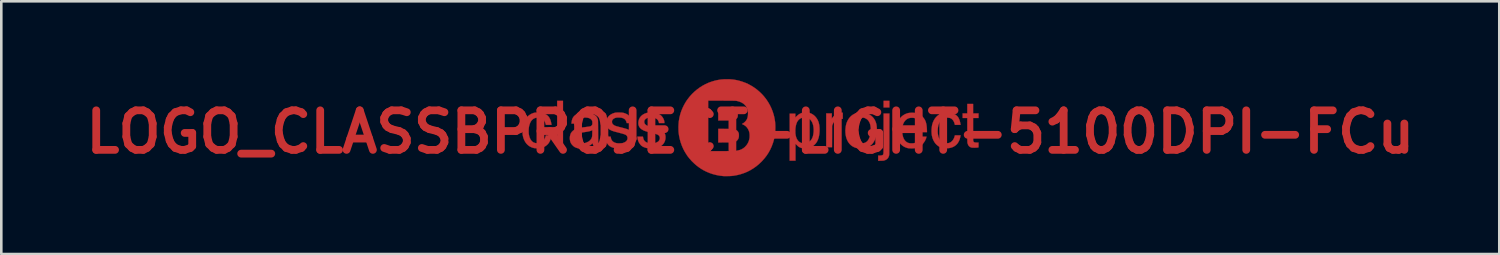
<source format=kicad_pcb>
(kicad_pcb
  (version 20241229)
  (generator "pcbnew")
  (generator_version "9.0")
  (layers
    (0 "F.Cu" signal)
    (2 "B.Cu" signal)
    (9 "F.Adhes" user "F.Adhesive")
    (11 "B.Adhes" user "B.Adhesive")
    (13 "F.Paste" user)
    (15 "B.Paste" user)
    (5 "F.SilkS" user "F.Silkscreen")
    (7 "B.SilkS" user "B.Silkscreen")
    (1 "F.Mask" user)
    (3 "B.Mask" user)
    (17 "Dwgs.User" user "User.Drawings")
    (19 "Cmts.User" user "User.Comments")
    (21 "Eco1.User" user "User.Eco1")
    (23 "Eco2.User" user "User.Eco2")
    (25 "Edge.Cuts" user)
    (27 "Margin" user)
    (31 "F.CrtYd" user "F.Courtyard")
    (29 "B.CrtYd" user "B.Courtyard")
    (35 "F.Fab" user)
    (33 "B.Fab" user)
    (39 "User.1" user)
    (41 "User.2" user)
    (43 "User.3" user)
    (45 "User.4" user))
  (footprint "LOGO_CLASSBPROJECT-LIGHT-5100DPI-FCu"
    (layer "F.Cu")
    (at 25.879 2.039)
    (property "Reference" "LOGO_CLASSBPROJECT-LIGHT-5100DPI-FCu" (at 0 0 0) (layer "F.Cu") (effects (font (size 1.524 1.524) (thickness 0.3))))
    (attr through_hole)
    (fp_poly (pts (xy -7.222 0.588) (xy -7.446 0.588) (xy -7.446 -1.2) (xy -7.222 -1.2) (xy -7.222 0.588)) (stroke (width 0.01) (type solid)) (fill yes) (layer "F.Cu"))
    (fp_poly (pts (xy 5.364 -0.946) (xy 5.14 -0.946) (xy 5.14 -1.2) (xy 5.364 -1.2) (xy 5.364 -0.946)) (stroke (width 0.01) (type solid)) (fill yes) (layer "F.Cu"))
    (fp_poly (pts (xy 3.566 -0.508) (xy 3.5 -0.508) (xy 3.442 -0.505) (xy 3.392 -0.497) (xy 3.348 -0.483) (xy 3.309 -0.463) (xy 3.273 -0.435) (xy 3.254 -0.416) (xy 3.224 -0.382) (xy 3.201 -0.348) (xy 3.182 -0.31) (xy 3.171 -0.28) (xy 3.155 -0.237) (xy 3.154 0.176) (xy 3.152 0.588) (xy 2.928 0.588) (xy 2.928 -0.717) (xy 3.143 -0.717) (xy 3.143 -0.511) (xy 3.157 -0.534) (xy 3.174 -0.558) (xy 3.197 -0.585) (xy 3.223 -0.614) (xy 3.25 -0.641) (xy 3.276 -0.664) (xy 3.279 -0.666) (xy 3.318 -0.695) (xy 3.357 -0.716) (xy 3.397 -0.73) (xy 3.44 -0.739) (xy 3.49 -0.742) (xy 3.503 -0.742) (xy 3.566 -0.742) (xy 3.566 -0.508)) (stroke (width 0.01) (type solid)) (fill yes) (layer "F.Cu"))
    (fp_poly (pts (xy -0.982 -0.119) (xy -0.913 -0.119) (xy -0.854 -0.119) (xy -0.802 -0.118) (xy -0.758 -0.117) (xy -0.72 -0.116) (xy -0.688 -0.114) (xy -0.661 -0.111) (xy -0.637 -0.108) (xy -0.617 -0.104) (xy -0.599 -0.099) (xy -0.582 -0.093) (xy -0.566 -0.087) (xy -0.554 -0.081) (xy -0.516 -0.057) (xy -0.484 -0.027) (xy -0.461 0.01) (xy -0.445 0.052) (xy -0.441 0.073) (xy -0.439 0.101) (xy -0.439 0.132) (xy -0.439 0.163) (xy -0.442 0.191) (xy -0.444 0.202) (xy -0.456 0.246) (xy -0.477 0.287) (xy -0.505 0.323) (xy -0.54 0.352) (xy -0.569 0.369) (xy -0.583 0.375) (xy -0.596 0.38) (xy -0.608 0.385) (xy -0.621 0.389) (xy -0.636 0.392) (xy -0.654 0.394) (xy -0.675 0.396) (xy -0.7 0.398) (xy -0.731 0.399) (xy -0.767 0.4) (xy -0.81 0.401) (xy -0.862 0.401) (xy -0.921 0.402) (xy -0.953 0.402) (xy -1.235 0.404) (xy -1.235 -0.12) (xy -0.982 -0.119)) (stroke (width 0.01) (type solid)) (fill yes) (layer "F.Cu"))
    (fp_poly (pts (xy -0.967 -0.875) (xy -0.905 -0.875) (xy -0.852 -0.874) (xy -0.807 -0.873) (xy -0.77 -0.872) (xy -0.738 -0.871) (xy -0.711 -0.87) (xy -0.688 -0.868) (xy -0.669 -0.866) (xy -0.652 -0.863) (xy -0.636 -0.86) (xy -0.62 -0.856) (xy -0.604 -0.852) (xy -0.596 -0.85) (xy -0.562 -0.835) (xy -0.531 -0.811) (xy -0.509 -0.785) (xy -0.498 -0.766) (xy -0.49 -0.747) (xy -0.484 -0.726) (xy -0.482 -0.7) (xy -0.481 -0.668) (xy -0.481 -0.66) (xy -0.481 -0.632) (xy -0.483 -0.611) (xy -0.485 -0.595) (xy -0.489 -0.581) (xy -0.492 -0.572) (xy -0.511 -0.537) (xy -0.537 -0.508) (xy -0.571 -0.485) (xy -0.58 -0.48) (xy -0.595 -0.474) (xy -0.608 -0.468) (xy -0.621 -0.463) (xy -0.634 -0.459) (xy -0.649 -0.455) (xy -0.667 -0.453) (xy -0.687 -0.45) (xy -0.712 -0.449) (xy -0.742 -0.447) (xy -0.778 -0.447) (xy -0.821 -0.446) (xy -0.871 -0.445) (xy -0.931 -0.445) (xy -0.96 -0.445) (xy -1.235 -0.443) (xy -1.235 -0.877) (xy -0.967 -0.875)) (stroke (width 0.01) (type solid)) (fill yes) (layer "F.Cu"))
    (fp_poly (pts (xy 5.362 0.078) (xy 5.362 0.183) (xy 5.362 0.278) (xy 5.362 0.364) (xy 5.362 0.441) (xy 5.361 0.51) (xy 5.361 0.572) (xy 5.361 0.627) (xy 5.36 0.675) (xy 5.36 0.717) (xy 5.36 0.753) (xy 5.359 0.784) (xy 5.359 0.81) (xy 5.358 0.831) (xy 5.358 0.85) (xy 5.357 0.864) (xy 5.356 0.876) (xy 5.355 0.885) (xy 5.354 0.893) (xy 5.353 0.899) (xy 5.352 0.904) (xy 5.336 0.954) (xy 5.313 0.997) (xy 5.283 1.033) (xy 5.247 1.062) (xy 5.202 1.085) (xy 5.162 1.098) (xy 5.147 1.102) (xy 5.127 1.105) (xy 5.101 1.107) (xy 5.068 1.108) (xy 5.031 1.109) (xy 4.931 1.112) (xy 4.931 0.911) (xy 4.962 0.911) (xy 4.99 0.91) (xy 5.02 0.908) (xy 5.049 0.904) (xy 5.074 0.899) (xy 5.093 0.894) (xy 5.095 0.893) (xy 5.109 0.885) (xy 5.12 0.872) (xy 5.128 0.853) (xy 5.133 0.826) (xy 5.135 0.819) (xy 5.135 0.809) (xy 5.136 0.789) (xy 5.137 0.76) (xy 5.137 0.722) (xy 5.138 0.675) (xy 5.138 0.619) (xy 5.139 0.555) (xy 5.139 0.482) (xy 5.139 0.402) (xy 5.139 0.315) (xy 5.14 0.22) (xy 5.14 0.118) (xy 5.14 0.036) (xy 5.14 -0.712) (xy 5.364 -0.712) (xy 5.362 0.078)) (stroke (width 0.01) (type solid)) (fill yes) (layer "F.Cu"))
    (fp_poly (pts (xy 8.591 -0.717) (xy 8.8 -0.717) (xy 8.8 -0.538) (xy 8.591 -0.538) (xy 8.591 -0.101) (xy 8.591 -0.025) (xy 8.591 0.042) (xy 8.591 0.1) (xy 8.592 0.151) (xy 8.592 0.193) (xy 8.592 0.229) (xy 8.592 0.259) (xy 8.593 0.284) (xy 8.593 0.303) (xy 8.594 0.318) (xy 8.595 0.33) (xy 8.596 0.339) (xy 8.597 0.346) (xy 8.599 0.351) (xy 8.6 0.355) (xy 8.601 0.356) (xy 8.61 0.374) (xy 8.622 0.388) (xy 8.638 0.397) (xy 8.658 0.403) (xy 8.685 0.407) (xy 8.72 0.408) (xy 8.733 0.408) (xy 8.8 0.408) (xy 8.8 0.591) (xy 8.772 0.598) (xy 8.753 0.601) (xy 8.726 0.603) (xy 8.695 0.605) (xy 8.661 0.606) (xy 8.627 0.606) (xy 8.594 0.605) (xy 8.565 0.604) (xy 8.542 0.602) (xy 8.53 0.6) (xy 8.488 0.585) (xy 8.453 0.564) (xy 8.424 0.535) (xy 8.401 0.499) (xy 8.383 0.454) (xy 8.375 0.425) (xy 8.374 0.418) (xy 8.373 0.409) (xy 8.371 0.399) (xy 8.371 0.386) (xy 8.37 0.37) (xy 8.369 0.349) (xy 8.369 0.324) (xy 8.368 0.294) (xy 8.368 0.258) (xy 8.367 0.216) (xy 8.367 0.167) (xy 8.367 0.11) (xy 8.367 0.044) (xy 8.367 -0.03) (xy 8.367 -0.074) (xy 8.367 -0.538) (xy 8.188 -0.538) (xy 8.188 -0.717) (xy 8.367 -0.717) (xy 8.367 -1.081) (xy 8.591 -1.081) (xy 8.591 -0.717)) (stroke (width 0.01) (type solid)) (fill yes) (layer "F.Cu"))
    (fp_poly (pts (xy -8.131 -0.751) (xy -8.098 -0.749) (xy -8.083 -0.747) (xy -8.012 -0.733) (xy -7.947 -0.712) (xy -7.888 -0.684) (xy -7.836 -0.649) (xy -7.792 -0.609) (xy -7.776 -0.59) (xy -7.745 -0.546) (xy -7.719 -0.494) (xy -7.698 -0.436) (xy -7.681 -0.369) (xy -7.668 -0.295) (xy -7.665 -0.274) (xy -7.882 -0.274) (xy -7.894 -0.317) (xy -7.91 -0.366) (xy -7.931 -0.411) (xy -7.956 -0.452) (xy -7.98 -0.48) (xy -8.011 -0.507) (xy -8.044 -0.527) (xy -8.082 -0.541) (xy -8.125 -0.549) (xy -8.176 -0.553) (xy -8.188 -0.553) (xy -8.221 -0.552) (xy -8.251 -0.549) (xy -8.274 -0.546) (xy -8.275 -0.545) (xy -8.326 -0.527) (xy -8.372 -0.501) (xy -8.413 -0.466) (xy -8.449 -0.423) (xy -8.479 -0.371) (xy -8.504 -0.31) (xy -8.524 -0.241) (xy -8.534 -0.196) (xy -8.539 -0.16) (xy -8.543 -0.118) (xy -8.545 -0.072) (xy -8.545 -0.025) (xy -8.544 0.021) (xy -8.542 0.061) (xy -8.539 0.085) (xy -8.526 0.151) (xy -8.508 0.211) (xy -8.484 0.266) (xy -8.455 0.314) (xy -8.422 0.354) (xy -8.391 0.381) (xy -8.359 0.402) (xy -8.324 0.416) (xy -8.299 0.423) (xy -8.266 0.43) (xy -8.227 0.433) (xy -8.186 0.433) (xy -8.149 0.43) (xy -8.124 0.426) (xy -8.077 0.41) (xy -8.034 0.385) (xy -7.995 0.351) (xy -7.96 0.31) (xy -7.93 0.261) (xy -7.906 0.206) (xy -7.889 0.151) (xy -7.884 0.129) (xy -7.664 0.129) (xy -7.668 0.148) (xy -7.685 0.229) (xy -7.707 0.301) (xy -7.736 0.366) (xy -7.77 0.424) (xy -7.811 0.474) (xy -7.858 0.517) (xy -7.892 0.541) (xy -7.939 0.569) (xy -7.987 0.59) (xy -8.04 0.607) (xy -8.099 0.62) (xy -8.1 0.62) (xy -8.127 0.623) (xy -8.16 0.626) (xy -8.198 0.627) (xy -8.236 0.627) (xy -8.274 0.626) (xy -8.307 0.624) (xy -8.334 0.621) (xy -8.339 0.62) (xy -8.408 0.601) (xy -8.472 0.574) (xy -8.531 0.539) (xy -8.585 0.495) (xy -8.634 0.444) (xy -8.676 0.386) (xy -8.712 0.32) (xy -8.742 0.249) (xy -8.76 0.187) (xy -8.774 0.12) (xy -8.782 0.046) (xy -8.785 -0.031) (xy -8.783 -0.11) (xy -8.775 -0.189) (xy -8.763 -0.264) (xy -8.755 -0.296) (xy -8.731 -0.373) (xy -8.699 -0.444) (xy -8.66 -0.509) (xy -8.615 -0.568) (xy -8.563 -0.619) (xy -8.505 -0.663) (xy -8.442 -0.699) (xy -8.374 -0.727) (xy -8.34 -0.738) (xy -8.315 -0.743) (xy -8.284 -0.747) (xy -8.247 -0.749) (xy -8.208 -0.751) (xy -8.168 -0.752) (xy -8.131 -0.751)) (stroke (width 0.01) (type solid)) (fill yes) (layer "F.Cu"))
    (fp_poly (pts (xy 7.642 -0.751) (xy 7.674 -0.749) (xy 7.69 -0.747) (xy 7.761 -0.733) (xy 7.826 -0.712) (xy 7.885 -0.684) (xy 7.937 -0.649) (xy 7.981 -0.609) (xy 7.997 -0.59) (xy 8.028 -0.546) (xy 8.053 -0.494) (xy 8.075 -0.436) (xy 8.092 -0.369) (xy 8.105 -0.295) (xy 8.108 -0.274) (xy 7.89 -0.274) (xy 7.879 -0.317) (xy 7.863 -0.366) (xy 7.842 -0.411) (xy 7.817 -0.452) (xy 7.793 -0.48) (xy 7.762 -0.507) (xy 7.729 -0.527) (xy 7.691 -0.541) (xy 7.647 -0.549) (xy 7.597 -0.553) (xy 7.585 -0.553) (xy 7.552 -0.552) (xy 7.522 -0.549) (xy 7.499 -0.546) (xy 7.498 -0.545) (xy 7.447 -0.527) (xy 7.401 -0.501) (xy 7.36 -0.466) (xy 7.324 -0.423) (xy 7.294 -0.371) (xy 7.269 -0.31) (xy 7.248 -0.241) (xy 7.239 -0.196) (xy 7.234 -0.16) (xy 7.23 -0.118) (xy 7.228 -0.072) (xy 7.227 -0.025) (xy 7.228 0.021) (xy 7.231 0.061) (xy 7.234 0.085) (xy 7.247 0.151) (xy 7.265 0.211) (xy 7.289 0.266) (xy 7.318 0.314) (xy 7.351 0.354) (xy 7.382 0.381) (xy 7.414 0.402) (xy 7.449 0.416) (xy 7.474 0.423) (xy 7.507 0.43) (xy 7.546 0.433) (xy 7.586 0.433) (xy 7.624 0.43) (xy 7.649 0.426) (xy 7.696 0.41) (xy 7.739 0.385) (xy 7.778 0.351) (xy 7.813 0.31) (xy 7.843 0.261) (xy 7.867 0.206) (xy 7.884 0.151) (xy 7.889 0.129) (xy 8.109 0.129) (xy 8.105 0.148) (xy 8.088 0.229) (xy 8.066 0.301) (xy 8.037 0.366) (xy 8.002 0.424) (xy 7.962 0.474) (xy 7.915 0.517) (xy 7.881 0.541) (xy 7.834 0.569) (xy 7.786 0.59) (xy 7.733 0.607) (xy 7.674 0.62) (xy 7.673 0.62) (xy 7.646 0.623) (xy 7.612 0.626) (xy 7.575 0.627) (xy 7.536 0.627) (xy 7.499 0.626) (xy 7.466 0.624) (xy 7.439 0.621) (xy 7.434 0.62) (xy 7.365 0.601) (xy 7.301 0.574) (xy 7.242 0.539) (xy 7.188 0.495) (xy 7.139 0.444) (xy 7.097 0.386) (xy 7.061 0.32) (xy 7.031 0.249) (xy 7.013 0.187) (xy 6.999 0.12) (xy 6.991 0.046) (xy 6.988 -0.031) (xy 6.99 -0.11) (xy 6.998 -0.189) (xy 7.01 -0.264) (xy 7.018 -0.296) (xy 7.042 -0.373) (xy 7.074 -0.444) (xy 7.112 -0.509) (xy 7.158 -0.568) (xy 7.21 -0.619) (xy 7.267 -0.663) (xy 7.331 -0.699) (xy 7.399 -0.727) (xy 7.433 -0.738) (xy 7.457 -0.743) (xy 7.489 -0.747) (xy 7.526 -0.749) (xy 7.565 -0.751) (xy 7.605 -0.752) (xy 7.642 -0.751)) (stroke (width 0.01) (type solid)) (fill yes) (layer "F.Cu"))
    (fp_poly (pts (xy 2.176 -0.749) (xy 2.202 -0.749) (xy 2.222 -0.748) (xy 2.238 -0.746) (xy 2.252 -0.744) (xy 2.266 -0.74) (xy 2.282 -0.736) (xy 2.284 -0.735) (xy 2.349 -0.71) (xy 2.41 -0.676) (xy 2.465 -0.635) (xy 2.515 -0.585) (xy 2.559 -0.529) (xy 2.596 -0.467) (xy 2.626 -0.399) (xy 2.632 -0.382) (xy 2.648 -0.322) (xy 2.661 -0.255) (xy 2.668 -0.183) (xy 2.672 -0.107) (xy 2.671 -0.03) (xy 2.665 0.047) (xy 2.655 0.122) (xy 2.641 0.192) (xy 2.632 0.227) (xy 2.606 0.302) (xy 2.573 0.37) (xy 2.533 0.431) (xy 2.486 0.484) (xy 2.433 0.531) (xy 2.373 0.57) (xy 2.348 0.583) (xy 2.316 0.598) (xy 2.287 0.61) (xy 2.26 0.618) (xy 2.231 0.624) (xy 2.2 0.627) (xy 2.163 0.629) (xy 2.119 0.63) (xy 2.114 0.63) (xy 2.08 0.63) (xy 2.053 0.629) (xy 2.033 0.628) (xy 2.017 0.627) (xy 2.003 0.625) (xy 1.989 0.621) (xy 1.974 0.617) (xy 1.97 0.616) (xy 1.933 0.603) (xy 1.902 0.59) (xy 1.873 0.573) (xy 1.845 0.552) (xy 1.815 0.526) (xy 1.799 0.51) (xy 1.743 0.456) (xy 1.743 0.781) (xy 1.743 1.106) (xy 1.519 1.106) (xy 1.519 -0.012) (xy 1.737 -0.012) (xy 1.741 0.066) (xy 1.752 0.138) (xy 1.769 0.202) (xy 1.791 0.259) (xy 1.82 0.308) (xy 1.854 0.35) (xy 1.894 0.385) (xy 1.94 0.411) (xy 1.991 0.429) (xy 2.01 0.433) (xy 2.032 0.436) (xy 2.061 0.438) (xy 2.092 0.438) (xy 2.123 0.436) (xy 2.15 0.434) (xy 2.168 0.43) (xy 2.213 0.414) (xy 2.256 0.39) (xy 2.297 0.358) (xy 2.334 0.321) (xy 2.364 0.28) (xy 2.375 0.26) (xy 2.398 0.21) (xy 2.416 0.158) (xy 2.429 0.101) (xy 2.438 0.039) (xy 2.443 -0.027) (xy 2.444 -0.105) (xy 2.438 -0.179) (xy 2.427 -0.249) (xy 2.409 -0.313) (xy 2.386 -0.371) (xy 2.357 -0.422) (xy 2.323 -0.465) (xy 2.316 -0.473) (xy 2.278 -0.505) (xy 2.237 -0.529) (xy 2.191 -0.546) (xy 2.14 -0.555) (xy 2.09 -0.558) (xy 2.058 -0.557) (xy 2.03 -0.555) (xy 2.007 -0.551) (xy 2.004 -0.55) (xy 1.953 -0.532) (xy 1.907 -0.506) (xy 1.866 -0.471) (xy 1.831 -0.429) (xy 1.801 -0.378) (xy 1.777 -0.318) (xy 1.759 -0.251) (xy 1.746 -0.176) (xy 1.739 -0.096) (xy 1.737 -0.012) (xy 1.519 -0.012) (xy 1.519 -0.707) (xy 1.738 -0.707) (xy 1.738 -0.559) (xy 1.792 -0.612) (xy 1.835 -0.651) (xy 1.878 -0.683) (xy 1.922 -0.708) (xy 1.97 -0.728) (xy 2.012 -0.741) (xy 2.026 -0.744) (xy 2.042 -0.746) (xy 2.062 -0.748) (xy 2.086 -0.749) (xy 2.118 -0.749) (xy 2.142 -0.749) (xy 2.176 -0.749)) (stroke (width 0.01) (type solid)) (fill yes) (layer "F.Cu"))
    (fp_poly (pts (xy 4.314 -0.751) (xy 4.354 -0.75) (xy 4.389 -0.746) (xy 4.401 -0.744) (xy 4.475 -0.726) (xy 4.545 -0.7) (xy 4.611 -0.664) (xy 4.671 -0.62) (xy 4.709 -0.586) (xy 4.754 -0.535) (xy 4.792 -0.479) (xy 4.823 -0.418) (xy 4.845 -0.359) (xy 4.857 -0.317) (xy 4.866 -0.277) (xy 4.872 -0.234) (xy 4.877 -0.186) (xy 4.879 -0.132) (xy 4.879 -0.124) (xy 4.879 -0.028) (xy 4.871 0.062) (xy 4.857 0.145) (xy 4.835 0.224) (xy 4.806 0.298) (xy 4.769 0.369) (xy 4.747 0.403) (xy 4.705 0.459) (xy 4.657 0.506) (xy 4.603 0.546) (xy 4.543 0.579) (xy 4.477 0.604) (xy 4.403 0.622) (xy 4.385 0.625) (xy 4.36 0.628) (xy 4.327 0.63) (xy 4.29 0.632) (xy 4.252 0.632) (xy 4.214 0.631) (xy 4.178 0.63) (xy 4.149 0.628) (xy 4.131 0.625) (xy 4.059 0.607) (xy 3.992 0.581) (xy 3.93 0.546) (xy 3.875 0.504) (xy 3.824 0.453) (xy 3.78 0.394) (xy 3.747 0.336) (xy 3.716 0.265) (xy 3.693 0.189) (xy 3.677 0.106) (xy 3.668 0.02) (xy 3.668 -0.041) (xy 3.9 -0.041) (xy 3.903 0.033) (xy 3.912 0.103) (xy 3.927 0.167) (xy 3.948 0.226) (xy 3.974 0.279) (xy 4.005 0.324) (xy 4.04 0.362) (xy 4.08 0.392) (xy 4.1 0.403) (xy 4.13 0.417) (xy 4.159 0.426) (xy 4.189 0.433) (xy 4.223 0.436) (xy 4.262 0.437) (xy 4.283 0.437) (xy 4.315 0.436) (xy 4.338 0.434) (xy 4.357 0.433) (xy 4.373 0.43) (xy 4.389 0.425) (xy 4.401 0.422) (xy 4.444 0.404) (xy 4.482 0.38) (xy 4.516 0.349) (xy 4.545 0.311) (xy 4.571 0.265) (xy 4.595 0.21) (xy 4.604 0.183) (xy 4.625 0.11) (xy 4.639 0.036) (xy 4.645 -0.04) (xy 4.645 -0.122) (xy 4.645 -0.122) (xy 4.641 -0.185) (xy 4.634 -0.241) (xy 4.623 -0.291) (xy 4.607 -0.338) (xy 4.587 -0.383) (xy 4.585 -0.386) (xy 4.555 -0.433) (xy 4.518 -0.474) (xy 4.475 -0.507) (xy 4.425 -0.533) (xy 4.408 -0.54) (xy 4.389 -0.546) (xy 4.372 -0.55) (xy 4.355 -0.553) (xy 4.334 -0.555) (xy 4.307 -0.556) (xy 4.295 -0.557) (xy 4.25 -0.557) (xy 4.212 -0.555) (xy 4.178 -0.549) (xy 4.147 -0.539) (xy 4.115 -0.526) (xy 4.073 -0.5) (xy 4.034 -0.466) (xy 4 -0.423) (xy 3.97 -0.374) (xy 3.945 -0.317) (xy 3.926 -0.255) (xy 3.911 -0.187) (xy 3.902 -0.114) (xy 3.9 -0.041) (xy 3.668 -0.041) (xy 3.668 -0.071) (xy 3.67 -0.113) (xy 3.678 -0.19) (xy 3.689 -0.258) (xy 3.705 -0.321) (xy 3.726 -0.38) (xy 3.75 -0.433) (xy 3.79 -0.502) (xy 3.835 -0.562) (xy 3.886 -0.614) (xy 3.943 -0.659) (xy 4.005 -0.695) (xy 4.073 -0.722) (xy 4.147 -0.742) (xy 4.162 -0.745) (xy 4.193 -0.749) (xy 4.231 -0.751) (xy 4.272 -0.752) (xy 4.314 -0.751)) (stroke (width 0.01) (type solid)) (fill yes) (layer "F.Cu"))
    (fp_poly (pts (xy 6.284 -0.741) (xy 6.322 -0.738) (xy 6.341 -0.735) (xy 6.409 -0.718) (xy 6.474 -0.694) (xy 6.535 -0.664) (xy 6.591 -0.628) (xy 6.64 -0.588) (xy 6.682 -0.543) (xy 6.697 -0.522) (xy 6.723 -0.482) (xy 6.744 -0.442) (xy 6.762 -0.399) (xy 6.776 -0.353) (xy 6.788 -0.302) (xy 6.797 -0.246) (xy 6.804 -0.182) (xy 6.809 -0.111) (xy 6.81 -0.071) (xy 6.813 0.005) (xy 5.862 0.005) (xy 5.862 0.026) (xy 5.863 0.047) (xy 5.866 0.075) (xy 5.871 0.106) (xy 5.877 0.137) (xy 5.884 0.166) (xy 5.887 0.178) (xy 5.907 0.236) (xy 5.933 0.287) (xy 5.964 0.331) (xy 6 0.368) (xy 6.04 0.397) (xy 6.058 0.406) (xy 6.09 0.42) (xy 6.121 0.429) (xy 6.155 0.435) (xy 6.194 0.437) (xy 6.238 0.437) (xy 6.268 0.436) (xy 6.292 0.434) (xy 6.311 0.431) (xy 6.328 0.427) (xy 6.346 0.422) (xy 6.347 0.421) (xy 6.401 0.398) (xy 6.449 0.367) (xy 6.491 0.328) (xy 6.525 0.282) (xy 6.552 0.231) (xy 6.558 0.217) (xy 6.572 0.179) (xy 6.794 0.179) (xy 6.79 0.198) (xy 6.779 0.242) (xy 6.761 0.289) (xy 6.737 0.337) (xy 6.708 0.385) (xy 6.676 0.43) (xy 6.642 0.47) (xy 6.634 0.478) (xy 6.581 0.524) (xy 6.522 0.562) (xy 6.457 0.592) (xy 6.386 0.615) (xy 6.322 0.627) (xy 6.291 0.63) (xy 6.254 0.632) (xy 6.213 0.632) (xy 6.172 0.631) (xy 6.133 0.629) (xy 6.098 0.626) (xy 6.076 0.622) (xy 6.007 0.602) (xy 5.942 0.574) (xy 5.88 0.536) (xy 5.822 0.488) (xy 5.817 0.484) (xy 5.77 0.435) (xy 5.73 0.383) (xy 5.697 0.327) (xy 5.67 0.266) (xy 5.649 0.199) (xy 5.633 0.125) (xy 5.628 0.09) (xy 5.625 0.062) (xy 5.623 0.028) (xy 5.623 -0.012) (xy 5.623 -0.054) (xy 5.624 -0.095) (xy 5.626 -0.134) (xy 5.628 -0.167) (xy 5.629 -0.169) (xy 5.866 -0.169) (xy 6.222 -0.169) (xy 6.291 -0.169) (xy 6.35 -0.169) (xy 6.4 -0.169) (xy 6.442 -0.17) (xy 6.478 -0.17) (xy 6.506 -0.17) (xy 6.529 -0.171) (xy 6.546 -0.171) (xy 6.559 -0.172) (xy 6.568 -0.173) (xy 6.574 -0.174) (xy 6.577 -0.175) (xy 6.579 -0.177) (xy 6.579 -0.178) (xy 6.578 -0.193) (xy 6.574 -0.215) (xy 6.569 -0.241) (xy 6.563 -0.269) (xy 6.556 -0.296) (xy 6.549 -0.32) (xy 6.549 -0.321) (xy 6.527 -0.376) (xy 6.498 -0.424) (xy 6.463 -0.464) (xy 6.422 -0.496) (xy 6.394 -0.513) (xy 6.356 -0.529) (xy 6.319 -0.54) (xy 6.278 -0.546) (xy 6.231 -0.548) (xy 6.228 -0.548) (xy 6.17 -0.544) (xy 6.12 -0.534) (xy 6.074 -0.517) (xy 6.067 -0.513) (xy 6.018 -0.481) (xy 5.975 -0.442) (xy 5.939 -0.396) (xy 5.909 -0.344) (xy 5.887 -0.285) (xy 5.872 -0.222) (xy 5.869 -0.198) (xy 5.866 -0.169) (xy 5.629 -0.169) (xy 5.63 -0.182) (xy 5.647 -0.268) (xy 5.672 -0.348) (xy 5.705 -0.422) (xy 5.745 -0.49) (xy 5.794 -0.553) (xy 5.826 -0.587) (xy 5.881 -0.634) (xy 5.941 -0.672) (xy 6.006 -0.703) (xy 6.076 -0.726) (xy 6.11 -0.733) (xy 6.15 -0.738) (xy 6.195 -0.741) (xy 6.24 -0.742) (xy 6.284 -0.741)) (stroke (width 0.01) (type solid)) (fill yes) (layer "F.Cu"))
    (fp_poly (pts (xy -5.018 -0.749) (xy -4.979 -0.748) (xy -4.946 -0.746) (xy -4.917 -0.742) (xy -4.891 -0.737) (xy -4.865 -0.73) (xy -4.837 -0.721) (xy -4.82 -0.715) (xy -4.769 -0.692) (xy -4.723 -0.665) (xy -4.694 -0.642) (xy -4.658 -0.607) (xy -4.626 -0.566) (xy -4.599 -0.521) (xy -4.578 -0.473) (xy -4.564 -0.425) (xy -4.557 -0.378) (xy -4.557 -0.37) (xy -4.557 -0.344) (xy -4.766 -0.344) (xy -4.771 -0.371) (xy -4.781 -0.402) (xy -4.795 -0.434) (xy -4.813 -0.463) (xy -4.832 -0.486) (xy -4.834 -0.488) (xy -4.861 -0.508) (xy -4.896 -0.527) (xy -4.935 -0.542) (xy -4.948 -0.546) (xy -4.968 -0.55) (xy -4.996 -0.553) (xy -5.029 -0.555) (xy -5.064 -0.557) (xy -5.099 -0.557) (xy -5.131 -0.556) (xy -5.158 -0.555) (xy -5.168 -0.553) (xy -5.209 -0.542) (xy -5.247 -0.526) (xy -5.28 -0.503) (xy -5.306 -0.477) (xy -5.32 -0.456) (xy -5.327 -0.437) (xy -5.332 -0.413) (xy -5.333 -0.402) (xy -5.331 -0.365) (xy -5.321 -0.331) (xy -5.301 -0.301) (xy -5.272 -0.274) (xy -5.234 -0.25) (xy -5.199 -0.235) (xy -5.185 -0.23) (xy -5.163 -0.223) (xy -5.134 -0.215) (xy -5.1 -0.206) (xy -5.063 -0.196) (xy -5.023 -0.185) (xy -5 -0.18) (xy -4.93 -0.162) (xy -4.868 -0.146) (xy -4.814 -0.13) (xy -4.768 -0.116) (xy -4.729 -0.102) (xy -4.695 -0.088) (xy -4.666 -0.074) (xy -4.641 -0.06) (xy -4.62 -0.046) (xy -4.613 -0.04) (xy -4.591 -0.018) (xy -4.569 0.01) (xy -4.549 0.041) (xy -4.534 0.072) (xy -4.533 0.075) (xy -4.52 0.125) (xy -4.513 0.18) (xy -4.514 0.237) (xy -4.522 0.293) (xy -4.537 0.347) (xy -4.554 0.388) (xy -4.587 0.443) (xy -4.627 0.491) (xy -4.674 0.532) (xy -4.728 0.567) (xy -4.789 0.594) (xy -4.857 0.615) (xy -4.86 0.616) (xy -4.878 0.62) (xy -4.894 0.623) (xy -4.911 0.626) (xy -4.929 0.627) (xy -4.952 0.628) (xy -4.98 0.629) (xy -5.015 0.63) (xy -5.035 0.63) (xy -5.071 0.63) (xy -5.106 0.63) (xy -5.138 0.63) (xy -5.165 0.629) (xy -5.185 0.628) (xy -5.192 0.627) (xy -5.247 0.617) (xy -5.302 0.601) (xy -5.353 0.582) (xy -5.398 0.559) (xy -5.431 0.537) (xy -5.457 0.515) (xy -5.483 0.485) (xy -5.509 0.451) (xy -5.532 0.416) (xy -5.546 0.391) (xy -5.565 0.346) (xy -5.58 0.296) (xy -5.591 0.245) (xy -5.595 0.215) (xy -5.599 0.179) (xy -5.384 0.179) (xy -5.381 0.198) (xy -5.378 0.214) (xy -5.374 0.233) (xy -5.371 0.245) (xy -5.355 0.292) (xy -5.332 0.331) (xy -5.301 0.365) (xy -5.263 0.392) (xy -5.217 0.414) (xy -5.163 0.429) (xy -5.138 0.433) (xy -5.114 0.436) (xy -5.083 0.437) (xy -5.049 0.437) (xy -5.013 0.436) (xy -4.979 0.434) (xy -4.949 0.431) (xy -4.925 0.428) (xy -4.918 0.426) (xy -4.884 0.414) (xy -4.85 0.399) (xy -4.818 0.382) (xy -4.792 0.364) (xy -4.781 0.353) (xy -4.758 0.323) (xy -4.742 0.289) (xy -4.734 0.253) (xy -4.734 0.216) (xy -4.743 0.181) (xy -4.757 0.153) (xy -4.766 0.141) (xy -4.776 0.13) (xy -4.788 0.12) (xy -4.803 0.11) (xy -4.822 0.1) (xy -4.845 0.091) (xy -4.874 0.081) (xy -4.909 0.07) (xy -4.95 0.058) (xy -5 0.045) (xy -5.058 0.029) (xy -5.085 0.022) (xy -5.14 0.008) (xy -5.186 -0.004) (xy -5.225 -0.014) (xy -5.257 -0.024) (xy -5.285 -0.032) (xy -5.308 -0.04) (xy -5.329 -0.047) (xy -5.347 -0.055) (xy -5.365 -0.063) (xy -5.384 -0.073) (xy -5.384 -0.073) (xy -5.436 -0.104) (xy -5.479 -0.139) (xy -5.513 -0.179) (xy -5.538 -0.223) (xy -5.555 -0.272) (xy -5.562 -0.324) (xy -5.561 -0.371) (xy -5.551 -0.435) (xy -5.533 -0.494) (xy -5.506 -0.548) (xy -5.471 -0.596) (xy -5.428 -0.639) (xy -5.378 -0.675) (xy -5.32 -0.706) (xy -5.255 -0.73) (xy -5.226 -0.738) (xy -5.211 -0.742) (xy -5.196 -0.745) (xy -5.181 -0.747) (xy -5.163 -0.748) (xy -5.141 -0.749) (xy -5.112 -0.749) (xy -5.076 -0.749) (xy -5.065 -0.749) (xy -5.018 -0.749)) (stroke (width 0.01) (type solid)) (fill yes) (layer "F.Cu"))
    (fp_poly (pts (xy -3.773 -0.749) (xy -3.734 -0.748) (xy -3.701 -0.746) (xy -3.672 -0.742) (xy -3.645 -0.737) (xy -3.619 -0.73) (xy -3.592 -0.721) (xy -3.575 -0.715) (xy -3.523 -0.692) (xy -3.478 -0.665) (xy -3.449 -0.642) (xy -3.413 -0.607) (xy -3.381 -0.566) (xy -3.354 -0.521) (xy -3.333 -0.473) (xy -3.318 -0.425) (xy -3.312 -0.378) (xy -3.312 -0.37) (xy -3.312 -0.344) (xy -3.52 -0.344) (xy -3.526 -0.371) (xy -3.535 -0.402) (xy -3.55 -0.434) (xy -3.567 -0.463) (xy -3.587 -0.486) (xy -3.589 -0.488) (xy -3.616 -0.508) (xy -3.651 -0.527) (xy -3.69 -0.542) (xy -3.703 -0.546) (xy -3.723 -0.55) (xy -3.751 -0.553) (xy -3.784 -0.555) (xy -3.819 -0.557) (xy -3.854 -0.557) (xy -3.886 -0.556) (xy -3.912 -0.555) (xy -3.923 -0.553) (xy -3.964 -0.542) (xy -4.002 -0.526) (xy -4.035 -0.503) (xy -4.061 -0.477) (xy -4.075 -0.456) (xy -4.082 -0.437) (xy -4.087 -0.413) (xy -4.088 -0.402) (xy -4.086 -0.365) (xy -4.076 -0.331) (xy -4.056 -0.301) (xy -4.027 -0.274) (xy -3.989 -0.25) (xy -3.954 -0.235) (xy -3.94 -0.23) (xy -3.918 -0.223) (xy -3.889 -0.215) (xy -3.855 -0.206) (xy -3.817 -0.196) (xy -3.777 -0.185) (xy -3.755 -0.18) (xy -3.685 -0.162) (xy -3.623 -0.146) (xy -3.569 -0.13) (xy -3.523 -0.116) (xy -3.484 -0.102) (xy -3.45 -0.088) (xy -3.421 -0.074) (xy -3.396 -0.06) (xy -3.375 -0.046) (xy -3.368 -0.04) (xy -3.346 -0.018) (xy -3.324 0.01) (xy -3.304 0.041) (xy -3.289 0.072) (xy -3.288 0.075) (xy -3.275 0.125) (xy -3.268 0.18) (xy -3.269 0.237) (xy -3.277 0.293) (xy -3.292 0.347) (xy -3.309 0.388) (xy -3.342 0.443) (xy -3.382 0.491) (xy -3.429 0.532) (xy -3.482 0.567) (xy -3.543 0.594) (xy -3.612 0.615) (xy -3.615 0.616) (xy -3.633 0.62) (xy -3.649 0.623) (xy -3.666 0.626) (xy -3.684 0.627) (xy -3.707 0.628) (xy -3.734 0.629) (xy -3.77 0.63) (xy -3.79 0.63) (xy -3.826 0.63) (xy -3.861 0.63) (xy -3.893 0.63) (xy -3.92 0.629) (xy -3.94 0.628) (xy -3.947 0.627) (xy -4.002 0.617) (xy -4.056 0.601) (xy -4.108 0.582) (xy -4.153 0.559) (xy -4.186 0.537) (xy -4.212 0.515) (xy -4.238 0.485) (xy -4.264 0.451) (xy -4.287 0.416) (xy -4.301 0.391) (xy -4.32 0.346) (xy -4.335 0.296) (xy -4.346 0.245) (xy -4.35 0.215) (xy -4.354 0.179) (xy -4.139 0.179) (xy -4.136 0.198) (xy -4.133 0.214) (xy -4.129 0.233) (xy -4.126 0.245) (xy -4.11 0.292) (xy -4.087 0.331) (xy -4.056 0.365) (xy -4.018 0.392) (xy -3.972 0.414) (xy -3.918 0.429) (xy -3.893 0.433) (xy -3.869 0.436) (xy -3.838 0.437) (xy -3.804 0.437) (xy -3.768 0.436) (xy -3.734 0.434) (xy -3.703 0.431) (xy -3.68 0.428) (xy -3.673 0.426) (xy -3.639 0.414) (xy -3.605 0.399) (xy -3.573 0.382) (xy -3.547 0.364) (xy -3.536 0.353) (xy -3.513 0.323) (xy -3.497 0.289) (xy -3.489 0.253) (xy -3.489 0.216) (xy -3.497 0.181) (xy -3.512 0.153) (xy -3.521 0.141) (xy -3.531 0.13) (xy -3.543 0.12) (xy -3.558 0.11) (xy -3.577 0.1) (xy -3.6 0.091) (xy -3.629 0.081) (xy -3.664 0.07) (xy -3.705 0.058) (xy -3.755 0.045) (xy -3.813 0.029) (xy -3.84 0.022) (xy -3.895 0.008) (xy -3.941 -0.004) (xy -3.98 -0.014) (xy -4.012 -0.024) (xy -4.04 -0.032) (xy -4.063 -0.04) (xy -4.084 -0.047) (xy -4.102 -0.055) (xy -4.12 -0.063) (xy -4.139 -0.073) (xy -4.139 -0.073) (xy -4.191 -0.104) (xy -4.234 -0.139) (xy -4.268 -0.179) (xy -4.293 -0.223) (xy -4.31 -0.272) (xy -4.317 -0.324) (xy -4.316 -0.371) (xy -4.306 -0.435) (xy -4.288 -0.494) (xy -4.261 -0.548) (xy -4.226 -0.596) (xy -4.183 -0.639) (xy -4.133 -0.675) (xy -4.075 -0.706) (xy -4.01 -0.73) (xy -3.981 -0.738) (xy -3.966 -0.742) (xy -3.951 -0.745) (xy -3.936 -0.747) (xy -3.918 -0.748) (xy -3.896 -0.749) (xy -3.867 -0.749) (xy -3.831 -0.749) (xy -3.82 -0.749) (xy -3.773 -0.749)) (stroke (width 0.01) (type solid)) (fill yes) (layer "F.Cu"))
    (fp_poly (pts (xy -0.813 -2.033) (xy -0.731 -2.028) (xy -0.653 -2.02) (xy -0.575 -2.008) (xy -0.494 -1.992) (xy -0.444 -1.98) (xy -0.317 -1.943) (xy -0.193 -1.898) (xy -0.073 -1.844) (xy 0.042 -1.781) (xy 0.153 -1.711) (xy 0.258 -1.634) (xy 0.357 -1.549) (xy 0.451 -1.458) (xy 0.537 -1.361) (xy 0.618 -1.257) (xy 0.69 -1.149) (xy 0.755 -1.035) (xy 0.812 -0.917) (xy 0.861 -0.794) (xy 0.901 -0.668) (xy 0.911 -0.63) (xy 0.929 -0.552) (xy 0.943 -0.478) (xy 0.954 -0.406) (xy 0.961 -0.333) (xy 0.965 -0.255) (xy 0.966 -0.171) (xy 0.966 -0.164) (xy 0.963 -0.045) (xy 0.954 0.068) (xy 0.937 0.178) (xy 0.914 0.286) (xy 0.883 0.394) (xy 0.868 0.44) (xy 0.82 0.567) (xy 0.764 0.687) (xy 0.701 0.801) (xy 0.629 0.911) (xy 0.548 1.015) (xy 0.459 1.116) (xy 0.436 1.14) (xy 0.335 1.236) (xy 0.23 1.323) (xy 0.12 1.401) (xy 0.005 1.471) (xy -0.114 1.532) (xy -0.238 1.583) (xy -0.366 1.626) (xy -0.498 1.66) (xy -0.635 1.685) (xy -0.659 1.689) (xy -0.689 1.692) (xy -0.72 1.695) (xy -0.755 1.697) (xy -0.794 1.699) (xy -0.84 1.7) (xy -0.874 1.701) (xy -0.912 1.701) (xy -0.947 1.701) (xy -0.979 1.701) (xy -1.005 1.701) (xy -1.024 1.701) (xy -1.036 1.7) (xy -1.036 1.7) (xy -1.175 1.684) (xy -1.309 1.659) (xy -1.437 1.626) (xy -1.561 1.585) (xy -1.681 1.535) (xy -1.798 1.477) (xy -1.898 1.418) (xy -1.992 1.354) (xy -2.085 1.282) (xy -2.175 1.202) (xy -2.261 1.118) (xy -2.34 1.029) (xy -2.412 0.939) (xy -2.442 0.896) (xy -2.515 0.78) (xy -2.539 0.737) (xy -1.624 0.737) (xy -1.141 0.737) (xy -1.058 0.737) (xy -0.981 0.737) (xy -0.909 0.737) (xy -0.843 0.736) (xy -0.785 0.736) (xy -0.733 0.735) (xy -0.69 0.735) (xy -0.654 0.734) (xy -0.628 0.733) (xy -0.61 0.732) (xy -0.607 0.732) (xy -0.531 0.722) (xy -0.463 0.709) (xy -0.402 0.693) (xy -0.347 0.672) (xy -0.298 0.646) (xy -0.252 0.615) (xy -0.208 0.579) (xy -0.205 0.575) (xy -0.154 0.52) (xy -0.111 0.46) (xy -0.076 0.394) (xy -0.05 0.323) (xy -0.032 0.249) (xy -0.032 0.248) (xy -0.028 0.211) (xy -0.026 0.168) (xy -0.026 0.124) (xy -0.028 0.08) (xy -0.033 0.04) (xy -0.039 0.007) (xy -0.061 -0.059) (xy -0.091 -0.119) (xy -0.127 -0.172) (xy -0.17 -0.218) (xy -0.221 -0.257) (xy -0.279 -0.288) (xy -0.285 -0.291) (xy -0.301 -0.299) (xy -0.313 -0.305) (xy -0.319 -0.309) (xy -0.319 -0.309) (xy -0.315 -0.313) (xy -0.305 -0.318) (xy -0.272 -0.337) (xy -0.237 -0.363) (xy -0.204 -0.393) (xy -0.173 -0.426) (xy -0.148 -0.46) (xy -0.139 -0.476) (xy -0.116 -0.527) (xy -0.1 -0.584) (xy -0.091 -0.645) (xy -0.088 -0.709) (xy -0.091 -0.773) (xy -0.102 -0.836) (xy -0.105 -0.848) (xy -0.117 -0.885) (xy -0.134 -0.926) (xy -0.154 -0.965) (xy -0.176 -1.001) (xy -0.192 -1.022) (xy -0.235 -1.067) (xy -0.285 -1.106) (xy -0.343 -1.139) (xy -0.408 -1.167) (xy -0.482 -1.189) (xy -0.525 -1.199) (xy -0.533 -1.2) (xy -0.541 -1.201) (xy -0.552 -1.202) (xy -0.566 -1.203) (xy -0.582 -1.204) (xy -0.602 -1.205) (xy -0.627 -1.206) (xy -0.657 -1.206) (xy -0.692 -1.207) (xy -0.733 -1.207) (xy -0.781 -1.207) (xy -0.836 -1.208) (xy -0.899 -1.208) (xy -0.971 -1.208) (xy -1.052 -1.209) (xy -1.094 -1.209) (xy -1.624 -1.211) (xy -1.624 0.737) (xy -2.539 0.737) (xy -2.58 0.661) (xy -2.635 0.537) (xy -2.681 0.41) (xy -2.718 0.279) (xy -2.746 0.145) (xy -2.762 0.026) (xy -2.767 -0.036) (xy -2.769 -0.106) (xy -2.77 -0.179) (xy -2.768 -0.253) (xy -2.764 -0.326) (xy -2.758 -0.394) (xy -2.754 -0.426) (xy -2.731 -0.557) (xy -2.7 -0.684) (xy -2.659 -0.809) (xy -2.609 -0.93) (xy -2.552 -1.046) (xy -2.487 -1.159) (xy -2.414 -1.266) (xy -2.334 -1.368) (xy -2.247 -1.464) (xy -2.154 -1.554) (xy -2.055 -1.638) (xy -1.95 -1.715) (xy -1.84 -1.784) (xy -1.725 -1.846) (xy -1.606 -1.9) (xy -1.482 -1.945) (xy -1.359 -1.98) (xy -1.275 -1.999) (xy -1.196 -2.013) (xy -1.119 -2.024) (xy -1.039 -2.03) (xy -0.955 -2.034) (xy -0.901 -2.034) (xy -0.813 -2.033)) (stroke (width 0.01) (type solid)) (fill yes) (layer "F.Cu"))
    (fp_poly (pts (xy -6.273 -0.748) (xy -6.217 -0.741) (xy -6.165 -0.73) (xy -6.116 -0.714) (xy -6.068 -0.694) (xy -6.054 -0.687) (xy -6.004 -0.659) (xy -5.963 -0.628) (xy -5.93 -0.591) (xy -5.903 -0.549) (xy -5.883 -0.501) (xy -5.879 -0.486) (xy -5.877 -0.48) (xy -5.876 -0.473) (xy -5.874 -0.464) (xy -5.873 -0.453) (xy -5.872 -0.439) (xy -5.872 -0.421) (xy -5.871 -0.398) (xy -5.87 -0.371) (xy -5.87 -0.338) (xy -5.869 -0.299) (xy -5.869 -0.252) (xy -5.868 -0.198) (xy -5.868 -0.136) (xy -5.867 -0.064) (xy -5.867 -0.027) (xy -5.867 0.051) (xy -5.866 0.121) (xy -5.865 0.181) (xy -5.865 0.233) (xy -5.864 0.277) (xy -5.864 0.314) (xy -5.863 0.344) (xy -5.862 0.368) (xy -5.861 0.386) (xy -5.86 0.399) (xy -5.859 0.408) (xy -5.858 0.412) (xy -5.858 0.412) (xy -5.85 0.424) (xy -5.84 0.432) (xy -5.826 0.436) (xy -5.806 0.438) (xy -5.778 0.437) (xy -5.775 0.437) (xy -5.722 0.435) (xy -5.722 0.597) (xy -5.749 0.605) (xy -5.769 0.61) (xy -5.796 0.613) (xy -5.827 0.616) (xy -5.86 0.617) (xy -5.892 0.617) (xy -5.92 0.615) (xy -5.942 0.612) (xy -5.947 0.611) (xy -5.984 0.596) (xy -6.015 0.573) (xy -6.04 0.543) (xy -6.06 0.504) (xy -6.075 0.457) (xy -6.078 0.442) (xy -6.081 0.429) (xy -6.105 0.454) (xy -6.139 0.486) (xy -6.18 0.517) (xy -6.226 0.547) (xy -6.274 0.573) (xy -6.321 0.595) (xy -6.33 0.598) (xy -6.379 0.614) (xy -6.429 0.624) (xy -6.481 0.63) (xy -6.54 0.632) (xy -6.545 0.632) (xy -6.576 0.631) (xy -6.606 0.63) (xy -6.631 0.628) (xy -6.649 0.626) (xy -6.651 0.625) (xy -6.693 0.614) (xy -6.735 0.598) (xy -6.772 0.58) (xy -6.777 0.577) (xy -6.799 0.562) (xy -6.824 0.541) (xy -6.85 0.516) (xy -6.874 0.489) (xy -6.895 0.464) (xy -6.909 0.443) (xy -6.932 0.395) (xy -6.948 0.341) (xy -6.957 0.284) (xy -6.958 0.252) (xy -6.725 0.252) (xy -6.718 0.295) (xy -6.703 0.332) (xy -6.678 0.366) (xy -6.646 0.394) (xy -6.605 0.417) (xy -6.574 0.429) (xy -6.552 0.434) (xy -6.523 0.437) (xy -6.489 0.437) (xy -6.454 0.436) (xy -6.418 0.433) (xy -6.386 0.428) (xy -6.367 0.424) (xy -6.346 0.417) (xy -6.32 0.407) (xy -6.292 0.395) (xy -6.271 0.385) (xy -6.244 0.372) (xy -6.224 0.36) (xy -6.207 0.348) (xy -6.19 0.333) (xy -6.179 0.322) (xy -6.152 0.292) (xy -6.132 0.263) (xy -6.127 0.254) (xy -6.118 0.234) (xy -6.11 0.215) (xy -6.104 0.196) (xy -6.1 0.175) (xy -6.097 0.151) (xy -6.095 0.122) (xy -6.093 0.086) (xy -6.092 0.046) (xy -6.092 0.013) (xy -6.091 -0.016) (xy -6.091 -0.04) (xy -6.092 -0.058) (xy -6.092 -0.068) (xy -6.092 -0.07) (xy -6.098 -0.068) (xy -6.11 -0.063) (xy -6.126 -0.056) (xy -6.127 -0.055) (xy -6.153 -0.045) (xy -6.183 -0.035) (xy -6.219 -0.026) (xy -6.262 -0.017) (xy -6.312 -0.008) (xy -6.371 0.001) (xy -6.378 0.002) (xy -6.436 0.011) (xy -6.484 0.02) (xy -6.525 0.028) (xy -6.559 0.037) (xy -6.588 0.046) (xy -6.612 0.057) (xy -6.633 0.069) (xy -6.652 0.083) (xy -6.666 0.095) (xy -6.694 0.127) (xy -6.712 0.163) (xy -6.723 0.205) (xy -6.723 0.206) (xy -6.725 0.252) (xy -6.958 0.252) (xy -6.959 0.226) (xy -6.954 0.169) (xy -6.942 0.113) (xy -6.923 0.062) (xy -6.909 0.035) (xy -6.878 -0.008) (xy -6.838 -0.047) (xy -6.791 -0.082) (xy -6.737 -0.112) (xy -6.677 -0.136) (xy -6.622 -0.152) (xy -6.61 -0.154) (xy -6.59 -0.157) (xy -6.562 -0.162) (xy -6.528 -0.166) (xy -6.489 -0.172) (xy -6.447 -0.178) (xy -6.402 -0.184) (xy -6.381 -0.186) (xy -6.329 -0.193) (xy -6.287 -0.199) (xy -6.252 -0.203) (xy -6.224 -0.207) (xy -6.203 -0.211) (xy -6.186 -0.214) (xy -6.173 -0.217) (xy -6.163 -0.22) (xy -6.155 -0.223) (xy -6.148 -0.226) (xy -6.145 -0.228) (xy -6.125 -0.242) (xy -6.11 -0.259) (xy -6.104 -0.269) (xy -6.097 -0.282) (xy -6.092 -0.293) (xy -6.09 -0.305) (xy -6.089 -0.321) (xy -6.089 -0.344) (xy -6.089 -0.349) (xy -6.09 -0.385) (xy -6.094 -0.415) (xy -6.103 -0.439) (xy -6.116 -0.461) (xy -6.131 -0.48) (xy -6.162 -0.507) (xy -6.202 -0.528) (xy -6.249 -0.545) (xy -6.25 -0.545) (xy -6.275 -0.55) (xy -6.307 -0.554) (xy -6.344 -0.556) (xy -6.382 -0.557) (xy -6.42 -0.557) (xy -6.454 -0.555) (xy -6.481 -0.552) (xy -6.488 -0.55) (xy -6.537 -0.536) (xy -6.579 -0.515) (xy -6.614 -0.488) (xy -6.641 -0.454) (xy -6.662 -0.413) (xy -6.677 -0.365) (xy -6.681 -0.342) (xy -6.684 -0.324) (xy -6.894 -0.324) (xy -6.891 -0.364) (xy -6.882 -0.43) (xy -6.867 -0.488) (xy -6.845 -0.54) (xy -6.816 -0.586) (xy -6.78 -0.626) (xy -6.736 -0.661) (xy -6.684 -0.69) (xy -6.624 -0.715) (xy -6.557 -0.735) (xy -6.538 -0.74) (xy -6.52 -0.743) (xy -6.502 -0.746) (xy -6.481 -0.748) (xy -6.455 -0.749) (xy -6.422 -0.75) (xy -6.405 -0.751) (xy -6.335 -0.751) (xy -6.273 -0.748)) (stroke (width 0.01) (type solid)) (fill yes) (layer "F.Cu")))
  (gr_rect
    (start -3 -3)
    (end 54.758 6.745)
    (stroke (width 0.1) (type default))
    (fill no)
    (layer "Edge.Cuts")))
</source>
